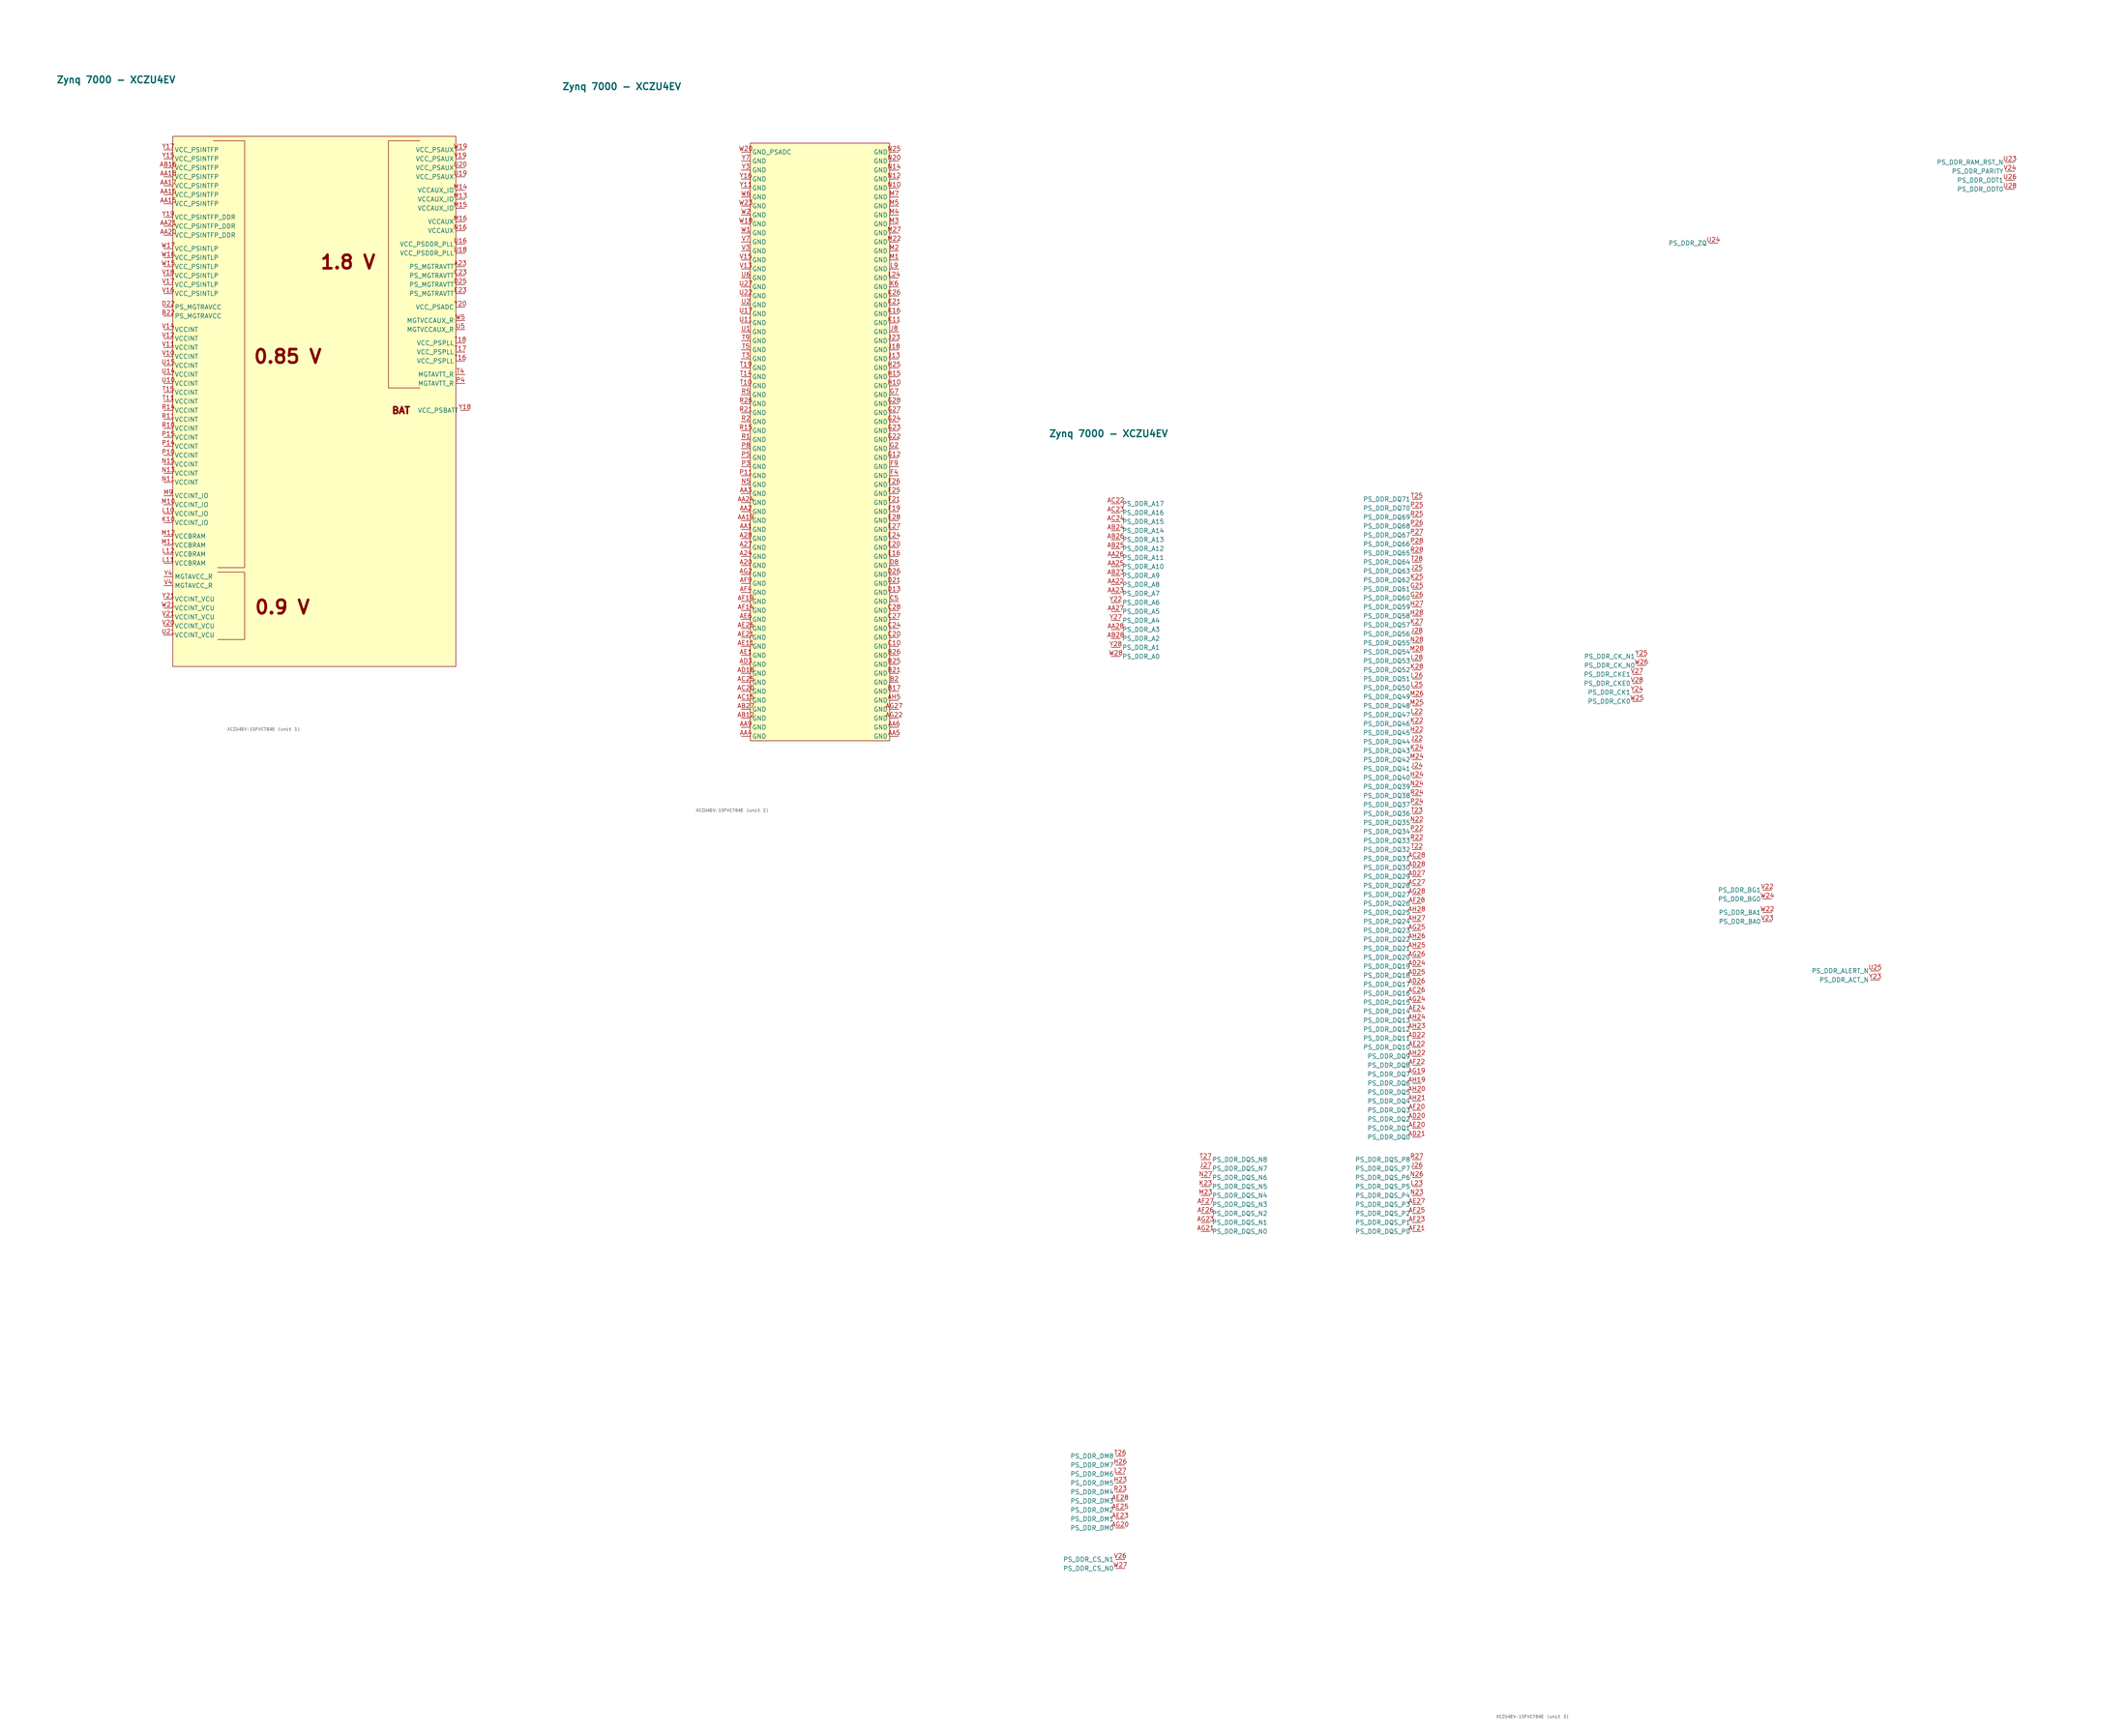
<source format=kicad_sym>
(kicad_symbol_lib
  (version 20241209)
  (generator "kicad_symbol_editor")
  (generator_version "9.0")
  (symbol "XCZU4EV-1SFVC784E"
    (property "Reference" "U"
      (at -71.12 -124.46 0)
      (effects (font (size 1.27 1.27)) (hide yes)))
    (property "Value" "Zynq 7000 - XCZU4EV"
      (at -56.642 16.002 0)
      (effects (font (size 1.905 1.905) (thickness 0.381) (bold yes))))
    (symbol "XCZU4EV-1SFVC784E_1_0"
      (pin power_in line (at -43.18 -3.81 0) (length 2.54) (name "VCC_PSINTFP" (effects (font (size 1.27 1.27)))) (number "Y17" (effects (font (size 1.27 1.27)))))
      (pin power_in line (at -43.18 -6.35 0) (length 2.54) (name "VCC_PSINTFP" (effects (font (size 1.27 1.27)))) (number "Y15" (effects (font (size 1.27 1.27)))))
      (pin power_in line (at -43.18 -8.89 0) (length 2.54) (name "VCC_PSINTFP" (effects (font (size 1.27 1.27)))) (number "AB16" (effects (font (size 1.27 1.27)))))
      (pin power_in line (at -43.18 -11.43 0) (length 2.54) (name "VCC_PSINTFP" (effects (font (size 1.27 1.27)))) (number "AA18" (effects (font (size 1.27 1.27)))))
      (pin power_in line (at -43.18 -13.97 0) (length 2.54) (name "VCC_PSINTFP" (effects (font (size 1.27 1.27)))) (number "AA17" (effects (font (size 1.27 1.27)))))
      (pin power_in line (at -43.18 -16.51 0) (length 2.54) (name "VCC_PSINTFP" (effects (font (size 1.27 1.27)))) (number "AA16" (effects (font (size 1.27 1.27)))))
      (pin power_in line (at -43.18 -19.05 0) (length 2.54) (name "VCC_PSINTFP" (effects (font (size 1.27 1.27)))) (number "AA15" (effects (font (size 1.27 1.27)))))
      (pin power_in line (at -43.18 -22.86 0) (length 2.54) (name "VCC_PSINTFP_DDR" (effects (font (size 1.27 1.27)))) (number "Y19" (effects (font (size 1.27 1.27)))))
      (pin power_in line (at -43.18 -25.4 0) (length 2.54) (name "VCC_PSINTFP_DDR" (effects (font (size 1.27 1.27)))) (number "AA21" (effects (font (size 1.27 1.27)))))
      (pin power_in line (at -43.18 -27.94 0) (length 2.54) (name "VCC_PSINTFP_DDR" (effects (font (size 1.27 1.27)))) (number "AA20" (effects (font (size 1.27 1.27)))))
      (pin power_in line (at -43.18 -31.75 0) (length 2.54) (name "VCC_PSINTLP" (effects (font (size 1.27 1.27)))) (number "W17" (effects (font (size 1.27 1.27)))))
      (pin power_in line (at -43.18 -34.29 0) (length 2.54) (name "VCC_PSINTLP" (effects (font (size 1.27 1.27)))) (number "W16" (effects (font (size 1.27 1.27)))))
      (pin power_in line (at -43.18 -36.83 0) (length 2.54) (name "VCC_PSINTLP" (effects (font (size 1.27 1.27)))) (number "W15" (effects (font (size 1.27 1.27)))))
      (pin power_in line (at -43.18 -39.37 0) (length 2.54) (name "VCC_PSINTLP" (effects (font (size 1.27 1.27)))) (number "V18" (effects (font (size 1.27 1.27)))))
      (pin power_in line (at -43.18 -41.91 0) (length 2.54) (name "VCC_PSINTLP" (effects (font (size 1.27 1.27)))) (number "V17" (effects (font (size 1.27 1.27)))))
      (pin power_in line (at -43.18 -44.45 0) (length 2.54) (name "VCC_PSINTLP" (effects (font (size 1.27 1.27)))) (number "V16" (effects (font (size 1.27 1.27)))))
      (pin power_in line (at -43.18 -48.26 0) (length 2.54) (name "PS_MGTRAVCC" (effects (font (size 1.27 1.27)))) (number "D22" (effects (font (size 1.27 1.27)))))
      (pin power_in line (at -43.18 -50.8 0) (length 2.54) (name "PS_MGTRAVCC" (effects (font (size 1.27 1.27)))) (number "B22" (effects (font (size 1.27 1.27)))))
      (pin power_in line (at -43.18 -54.61 0) (length 2.54) (name "VCCINT" (effects (font (size 1.27 1.27)))) (number "V14" (effects (font (size 1.27 1.27)))))
      (pin power_in line (at -43.18 -57.15 0) (length 2.54) (name "VCCINT" (effects (font (size 1.27 1.27)))) (number "V12" (effects (font (size 1.27 1.27)))))
      (pin power_in line (at -43.18 -59.69 0) (length 2.54) (name "VCCINT" (effects (font (size 1.27 1.27)))) (number "V11" (effects (font (size 1.27 1.27)))))
      (pin power_in line (at -43.18 -62.23 0) (length 2.54) (name "VCCINT" (effects (font (size 1.27 1.27)))) (number "V10" (effects (font (size 1.27 1.27)))))
      (pin power_in line (at -43.18 -64.77 0) (length 2.54) (name "VCCINT" (effects (font (size 1.27 1.27)))) (number "U15" (effects (font (size 1.27 1.27)))))
      (pin power_in line (at -43.18 -67.31 0) (length 2.54) (name "VCCINT" (effects (font (size 1.27 1.27)))) (number "U14" (effects (font (size 1.27 1.27)))))
      (pin power_in line (at -43.18 -69.85 0) (length 2.54) (name "VCCINT" (effects (font (size 1.27 1.27)))) (number "U10" (effects (font (size 1.27 1.27)))))
      (pin power_in line (at -43.18 -72.39 0) (length 2.54) (name "VCCINT" (effects (font (size 1.27 1.27)))) (number "T15" (effects (font (size 1.27 1.27)))))
      (pin power_in line (at -43.18 -74.93 0) (length 2.54) (name "VCCINT" (effects (font (size 1.27 1.27)))) (number "T11" (effects (font (size 1.27 1.27)))))
      (pin power_in line (at -43.18 -77.47 0) (length 2.54) (name "VCCINT" (effects (font (size 1.27 1.27)))) (number "R14" (effects (font (size 1.27 1.27)))))
      (pin power_in line (at -43.18 -80.01 0) (length 2.54) (name "VCCINT" (effects (font (size 1.27 1.27)))) (number "R11" (effects (font (size 1.27 1.27)))))
      (pin power_in line (at -43.18 -82.55 0) (length 2.54) (name "VCCINT" (effects (font (size 1.27 1.27)))) (number "R10" (effects (font (size 1.27 1.27)))))
      (pin power_in line (at -43.18 -85.09 0) (length 2.54) (name "VCCINT" (effects (font (size 1.27 1.27)))) (number "P15" (effects (font (size 1.27 1.27)))))
      (pin power_in line (at -43.18 -87.63 0) (length 2.54) (name "VCCINT" (effects (font (size 1.27 1.27)))) (number "P14" (effects (font (size 1.27 1.27)))))
      (pin power_in line (at -43.18 -90.17 0) (length 2.54) (name "VCCINT" (effects (font (size 1.27 1.27)))) (number "P10" (effects (font (size 1.27 1.27)))))
      (pin power_in line (at -43.18 -92.71 0) (length 2.54) (name "VCCINT" (effects (font (size 1.27 1.27)))) (number "N15" (effects (font (size 1.27 1.27)))))
      (pin power_in line (at -43.18 -95.25 0) (length 2.54) (name "VCCINT" (effects (font (size 1.27 1.27)))) (number "N13" (effects (font (size 1.27 1.27)))))
      (pin power_in line (at -43.18 -97.79 0) (length 2.54) (name "VCCINT" (effects (font (size 1.27 1.27)))) (number "N11" (effects (font (size 1.27 1.27)))))
      (pin power_in line (at -43.18 -101.6 0) (length 2.54) (name "VCCINT_IO" (effects (font (size 1.27 1.27)))) (number "M9" (effects (font (size 1.27 1.27)))))
      (pin power_in line (at -43.18 -104.14 0) (length 2.54) (name "VCCINT_IO" (effects (font (size 1.27 1.27)))) (number "M10" (effects (font (size 1.27 1.27)))))
      (pin power_in line (at -43.18 -106.68 0) (length 2.54) (name "VCCINT_IO" (effects (font (size 1.27 1.27)))) (number "L10" (effects (font (size 1.27 1.27)))))
      (pin power_in line (at -43.18 -109.22 0) (length 2.54) (name "VCCINT_IO" (effects (font (size 1.27 1.27)))) (number "K10" (effects (font (size 1.27 1.27)))))
      (pin power_in line (at -43.18 -113.03 0) (length 2.54) (name "VCCBRAM" (effects (font (size 1.27 1.27)))) (number "M12" (effects (font (size 1.27 1.27)))))
      (pin power_in line (at -43.18 -115.57 0) (length 2.54) (name "VCCBRAM" (effects (font (size 1.27 1.27)))) (number "M11" (effects (font (size 1.27 1.27)))))
      (pin power_in line (at -43.18 -118.11 0) (length 2.54) (name "VCCBRAM" (effects (font (size 1.27 1.27)))) (number "L12" (effects (font (size 1.27 1.27)))))
      (pin power_in line (at -43.18 -120.65 0) (length 2.54) (name "VCCBRAM" (effects (font (size 1.27 1.27)))) (number "L11" (effects (font (size 1.27 1.27)))))
      (pin power_in line (at -43.18 -124.46 0) (length 2.54) (name "MGTAVCC_R" (effects (font (size 1.27 1.27)))) (number "Y4" (effects (font (size 1.27 1.27)))))
      (pin power_in line (at -43.18 -127 0) (length 2.54) (name "MGTAVCC_R" (effects (font (size 1.27 1.27)))) (number "V4" (effects (font (size 1.27 1.27)))))
      (pin power_in line (at -43.18 -130.81 0) (length 2.54) (name "VCCINT_VCU" (effects (font (size 1.27 1.27)))) (number "Y21" (effects (font (size 1.27 1.27)))))
      (pin power_in line (at -43.18 -133.35 0) (length 2.54) (name "VCCINT_VCU" (effects (font (size 1.27 1.27)))) (number "W21" (effects (font (size 1.27 1.27)))))
      (pin power_in line (at -43.18 -135.89 0) (length 2.54) (name "VCCINT_VCU" (effects (font (size 1.27 1.27)))) (number "V21" (effects (font (size 1.27 1.27)))))
      (pin power_in line (at -43.18 -138.43 0) (length 2.54) (name "VCCINT_VCU" (effects (font (size 1.27 1.27)))) (number "V20" (effects (font (size 1.27 1.27)))))
      (pin power_in line (at -43.18 -140.97 0) (length 2.54) (name "VCCINT_VCU" (effects (font (size 1.27 1.27)))) (number "U21" (effects (font (size 1.27 1.27)))))
      (pin power_in line (at 41.91 -3.81 180) (length 2.54) (name "VCC_PSAUX" (effects (font (size 1.27 1.27)))) (number "W19" (effects (font (size 1.27 1.27)))))
      (pin power_in line (at 41.91 -6.35 180) (length 2.54) (name "VCC_PSAUX" (effects (font (size 1.27 1.27)))) (number "V19" (effects (font (size 1.27 1.27)))))
      (pin power_in line (at 41.91 -8.89 180) (length 2.54) (name "VCC_PSAUX" (effects (font (size 1.27 1.27)))) (number "U20" (effects (font (size 1.27 1.27)))))
      (pin power_in line (at 41.91 -11.43 180) (length 2.54) (name "VCC_PSAUX" (effects (font (size 1.27 1.27)))) (number "U19" (effects (font (size 1.27 1.27)))))
      (pin power_in line (at 41.91 -15.24 180) (length 2.54) (name "VCCAUX_IO" (effects (font (size 1.27 1.27)))) (number "M14" (effects (font (size 1.27 1.27)))))
      (pin power_in line (at 41.91 -17.78 180) (length 2.54) (name "VCCAUX_IO" (effects (font (size 1.27 1.27)))) (number "M13" (effects (font (size 1.27 1.27)))))
      (pin power_in line (at 41.91 -20.32 180) (length 2.54) (name "VCCAUX_IO" (effects (font (size 1.27 1.27)))) (number "M15" (effects (font (size 1.27 1.27)))))
      (pin power_in line (at 41.91 -24.13 180) (length 2.54) (name "VCCAUX" (effects (font (size 1.27 1.27)))) (number "M16" (effects (font (size 1.27 1.27)))))
      (pin power_in line (at 41.91 -26.67 180) (length 2.54) (name "VCCAUX" (effects (font (size 1.27 1.27)))) (number "N16" (effects (font (size 1.27 1.27)))))
      (pin power_in line (at 41.91 -30.48 180) (length 2.54) (name "VCC_PSDDR_PLL" (effects (font (size 1.27 1.27)))) (number "U16" (effects (font (size 1.27 1.27)))))
      (pin power_in line (at 41.91 -33.02 180) (length 2.54) (name "VCC_PSDDR_PLL" (effects (font (size 1.27 1.27)))) (number "U18" (effects (font (size 1.27 1.27)))))
      (pin power_in line (at 41.91 -36.83 180) (length 2.54) (name "PS_MGTRAVTT" (effects (font (size 1.27 1.27)))) (number "A23" (effects (font (size 1.27 1.27)))))
      (pin power_in line (at 41.91 -39.37 180) (length 2.54) (name "PS_MGTRAVTT" (effects (font (size 1.27 1.27)))) (number "C23" (effects (font (size 1.27 1.27)))))
      (pin power_in line (at 41.91 -41.91 180) (length 2.54) (name "PS_MGTRAVTT" (effects (font (size 1.27 1.27)))) (number "D25" (effects (font (size 1.27 1.27)))))
      (pin power_in line (at 41.91 -44.45 180) (length 2.54) (name "PS_MGTRAVTT" (effects (font (size 1.27 1.27)))) (number "E23" (effects (font (size 1.27 1.27)))))
      (pin power_in line (at 41.91 -48.26 180) (length 2.54) (name "VCC_PSADC" (effects (font (size 1.27 1.27)))) (number "Y20" (effects (font (size 1.27 1.27)))))
      (pin power_in line (at 41.91 -52.07 180) (length 2.54) (name "MGTVCCAUX_R" (effects (font (size 1.27 1.27)))) (number "W5" (effects (font (size 1.27 1.27)))))
      (pin power_in line (at 41.91 -54.61 180) (length 2.54) (name "MGTVCCAUX_R" (effects (font (size 1.27 1.27)))) (number "U5" (effects (font (size 1.27 1.27)))))
      (pin power_in line (at 41.91 -58.42 180) (length 2.54) (name "VCC_PSPLL" (effects (font (size 1.27 1.27)))) (number "T18" (effects (font (size 1.27 1.27)))))
      (pin power_in line (at 41.91 -60.96 180) (length 2.54) (name "VCC_PSPLL" (effects (font (size 1.27 1.27)))) (number "T17" (effects (font (size 1.27 1.27)))))
      (pin power_in line (at 41.91 -63.5 180) (length 2.54) (name "VCC_PSPLL" (effects (font (size 1.27 1.27)))) (number "T16" (effects (font (size 1.27 1.27)))))
      (pin power_in line (at 41.91 -67.31 180) (length 2.54) (name "MGTAVTT_R" (effects (font (size 1.27 1.27)))) (number "T4" (effects (font (size 1.27 1.27)))))
      (pin power_in line (at 41.91 -69.85 180) (length 2.54) (name "MGTAVTT_R" (effects (font (size 1.27 1.27)))) (number "P4" (effects (font (size 1.27 1.27)))))
      (pin power_in line (at 43.18 -77.47 180) (length 2.54) (name "VCC_PSBATT" (effects (font (size 1.27 1.27)))) (number "Y18" (effects (font (size 1.27 1.27))))))
    (symbol "XCZU4EV-1SFVC784E_1_1"
      (rectangle (start -40.64 0) (end 39.37 -149.86) (stroke (width 0) (type solid)) (fill (type background)))
      (polyline (pts (xy -29.21 -1.27) (xy -22.86 -1.27) (xy -20.32 -1.27) (xy -20.32 -121.92) (xy -27.94 -121.92)) (stroke (width 0) (type solid)) (fill (type none)))
      (polyline (pts (xy -27.94 -123.19) (xy -20.32 -123.19) (xy -20.32 -142.24) (xy -27.94 -142.24)) (stroke (width 0) (type solid)) (fill (type none)))
      (polyline (pts (xy 29.21 -1.27) (xy 22.86 -1.27) (xy 20.32 -1.27) (xy 20.32 -71.12) (xy 29.21 -71.12)) (stroke (width 0) (type solid)) (fill (type none)))
      (text "0.9 V" (at -9.652 -133.096 0) (effects (font (size 3.81 3.81) (thickness 0.762) (bold yes))))
      (text "0.85 V" (at -8.128 -62.23 0) (effects (font (size 3.81 3.81) (thickness 0.762) (bold yes))))
      (text "1.8 V" (at 8.89 -35.56 0) (effects (font (size 3.81 3.81) (thickness 0.762) (bold yes))))
      (text "BAT" (at 23.876 -77.47 0) (effects (font (size 1.905 1.905) (thickness 0.762) (bold yes)))))
    (symbol "XCZU4EV-1SFVC784E_2_0"
      (pin power_in line (at -22.86 -2.54 0) (length 2.54) (name "GND_PSADC" (effects (font (size 1.27 1.27)))) (number "W20" (effects (font (size 1.27 1.27)))))
      (pin power_in line (at -22.86 -5.08 0) (length 2.54) (name "GND" (effects (font (size 1.27 1.27)))) (number "Y7" (effects (font (size 1.27 1.27)))))
      (pin power_in line (at -22.86 -7.62 0) (length 2.54) (name "GND" (effects (font (size 1.27 1.27)))) (number "Y3" (effects (font (size 1.27 1.27)))))
      (pin power_in line (at -22.86 -10.16 0) (length 2.54) (name "GND" (effects (font (size 1.27 1.27)))) (number "Y16" (effects (font (size 1.27 1.27)))))
      (pin power_in line (at -22.86 -12.7 0) (length 2.54) (name "GND" (effects (font (size 1.27 1.27)))) (number "Y11" (effects (font (size 1.27 1.27)))))
      (pin power_in line (at -22.86 -15.24 0) (length 2.54) (name "GND" (effects (font (size 1.27 1.27)))) (number "W6" (effects (font (size 1.27 1.27)))))
      (pin power_in line (at -22.86 -17.78 0) (length 2.54) (name "GND" (effects (font (size 1.27 1.27)))) (number "W23" (effects (font (size 1.27 1.27)))))
      (pin power_in line (at -22.86 -20.32 0) (length 2.54) (name "GND" (effects (font (size 1.27 1.27)))) (number "W2" (effects (font (size 1.27 1.27)))))
      (pin power_in line (at -22.86 -22.86 0) (length 2.54) (name "GND" (effects (font (size 1.27 1.27)))) (number "W18" (effects (font (size 1.27 1.27)))))
      (pin power_in line (at -22.86 -25.4 0) (length 2.54) (name "GND" (effects (font (size 1.27 1.27)))) (number "W1" (effects (font (size 1.27 1.27)))))
      (pin power_in line (at -22.86 -27.94 0) (length 2.54) (name "GND" (effects (font (size 1.27 1.27)))) (number "V7" (effects (font (size 1.27 1.27)))))
      (pin power_in line (at -22.86 -30.48 0) (length 2.54) (name "GND" (effects (font (size 1.27 1.27)))) (number "V3" (effects (font (size 1.27 1.27)))))
      (pin power_in line (at -22.86 -33.02 0) (length 2.54) (name "GND" (effects (font (size 1.27 1.27)))) (number "V15" (effects (font (size 1.27 1.27)))))
      (pin power_in line (at -22.86 -35.56 0) (length 2.54) (name "GND" (effects (font (size 1.27 1.27)))) (number "V13" (effects (font (size 1.27 1.27)))))
      (pin power_in line (at -22.86 -38.1 0) (length 2.54) (name "GND" (effects (font (size 1.27 1.27)))) (number "U6" (effects (font (size 1.27 1.27)))))
      (pin power_in line (at -22.86 -40.64 0) (length 2.54) (name "GND" (effects (font (size 1.27 1.27)))) (number "U27" (effects (font (size 1.27 1.27)))))
      (pin power_in line (at -22.86 -43.18 0) (length 2.54) (name "GND" (effects (font (size 1.27 1.27)))) (number "U22" (effects (font (size 1.27 1.27)))))
      (pin power_in line (at -22.86 -45.72 0) (length 2.54) (name "GND" (effects (font (size 1.27 1.27)))) (number "U2" (effects (font (size 1.27 1.27)))))
      (pin power_in line (at -22.86 -48.26 0) (length 2.54) (name "GND" (effects (font (size 1.27 1.27)))) (number "U17" (effects (font (size 1.27 1.27)))))
      (pin power_in line (at -22.86 -50.8 0) (length 2.54) (name "GND" (effects (font (size 1.27 1.27)))) (number "U11" (effects (font (size 1.27 1.27)))))
      (pin power_in line (at -22.86 -53.34 0) (length 2.54) (name "GND" (effects (font (size 1.27 1.27)))) (number "U1" (effects (font (size 1.27 1.27)))))
      (pin power_in line (at -22.86 -55.88 0) (length 2.54) (name "GND" (effects (font (size 1.27 1.27)))) (number "T9" (effects (font (size 1.27 1.27)))))
      (pin power_in line (at -22.86 -58.42 0) (length 2.54) (name "GND" (effects (font (size 1.27 1.27)))) (number "T5" (effects (font (size 1.27 1.27)))))
      (pin power_in line (at -22.86 -60.96 0) (length 2.54) (name "GND" (effects (font (size 1.27 1.27)))) (number "T3" (effects (font (size 1.27 1.27)))))
      (pin power_in line (at -22.86 -63.5 0) (length 2.54) (name "GND" (effects (font (size 1.27 1.27)))) (number "T19" (effects (font (size 1.27 1.27)))))
      (pin power_in line (at -22.86 -66.04 0) (length 2.54) (name "GND" (effects (font (size 1.27 1.27)))) (number "T14" (effects (font (size 1.27 1.27)))))
      (pin power_in line (at -22.86 -68.58 0) (length 2.54) (name "GND" (effects (font (size 1.27 1.27)))) (number "T10" (effects (font (size 1.27 1.27)))))
      (pin power_in line (at -22.86 -71.12 0) (length 2.54) (name "GND" (effects (font (size 1.27 1.27)))) (number "R5" (effects (font (size 1.27 1.27)))))
      (pin power_in line (at -22.86 -73.66 0) (length 2.54) (name "GND" (effects (font (size 1.27 1.27)))) (number "R26" (effects (font (size 1.27 1.27)))))
      (pin power_in line (at -22.86 -76.2 0) (length 2.54) (name "GND" (effects (font (size 1.27 1.27)))) (number "R21" (effects (font (size 1.27 1.27)))))
      (pin power_in line (at -22.86 -78.74 0) (length 2.54) (name "GND" (effects (font (size 1.27 1.27)))) (number "R2" (effects (font (size 1.27 1.27)))))
      (pin power_in line (at -22.86 -81.28 0) (length 2.54) (name "GND" (effects (font (size 1.27 1.27)))) (number "R15" (effects (font (size 1.27 1.27)))))
      (pin power_in line (at -22.86 -83.82 0) (length 2.54) (name "GND" (effects (font (size 1.27 1.27)))) (number "R1" (effects (font (size 1.27 1.27)))))
      (pin power_in line (at -22.86 -86.36 0) (length 2.54) (name "GND" (effects (font (size 1.27 1.27)))) (number "P8" (effects (font (size 1.27 1.27)))))
      (pin power_in line (at -22.86 -88.9 0) (length 2.54) (name "GND" (effects (font (size 1.27 1.27)))) (number "P5" (effects (font (size 1.27 1.27)))))
      (pin power_in line (at -22.86 -91.44 0) (length 2.54) (name "GND" (effects (font (size 1.27 1.27)))) (number "P3" (effects (font (size 1.27 1.27)))))
      (pin power_in line (at -22.86 -93.98 0) (length 2.54) (name "GND" (effects (font (size 1.27 1.27)))) (number "P11" (effects (font (size 1.27 1.27)))))
      (pin power_in line (at -22.86 -96.52 0) (length 2.54) (name "GND" (effects (font (size 1.27 1.27)))) (number "N5" (effects (font (size 1.27 1.27)))))
      (pin power_in line (at -22.86 -99.06 0) (length 2.54) (name "GND" (effects (font (size 1.27 1.27)))) (number "AA3" (effects (font (size 1.27 1.27)))))
      (pin power_in line (at -22.86 -101.6 0) (length 2.54) (name "GND" (effects (font (size 1.27 1.27)))) (number "AA24" (effects (font (size 1.27 1.27)))))
      (pin power_in line (at -22.86 -104.14 0) (length 2.54) (name "GND" (effects (font (size 1.27 1.27)))) (number "AA2" (effects (font (size 1.27 1.27)))))
      (pin power_in line (at -22.86 -106.68 0) (length 2.54) (name "GND" (effects (font (size 1.27 1.27)))) (number "AA19" (effects (font (size 1.27 1.27)))))
      (pin power_in line (at -22.86 -109.22 0) (length 2.54) (name "GND" (effects (font (size 1.27 1.27)))) (number "AA1" (effects (font (size 1.27 1.27)))))
      (pin power_in line (at -22.86 -111.76 0) (length 2.54) (name "GND" (effects (font (size 1.27 1.27)))) (number "A28" (effects (font (size 1.27 1.27)))))
      (pin power_in line (at -22.86 -114.3 0) (length 2.54) (name "GND" (effects (font (size 1.27 1.27)))) (number "A27" (effects (font (size 1.27 1.27)))))
      (pin power_in line (at -22.86 -116.84 0) (length 2.54) (name "GND" (effects (font (size 1.27 1.27)))) (number "A24" (effects (font (size 1.27 1.27)))))
      (pin power_in line (at -22.86 -119.38 0) (length 2.54) (name "GND" (effects (font (size 1.27 1.27)))) (number "A20" (effects (font (size 1.27 1.27)))))
      (pin power_in line (at -22.86 -121.92 0) (length 2.54) (name "GND" (effects (font (size 1.27 1.27)))) (number "AG2" (effects (font (size 1.27 1.27)))))
      (pin power_in line (at -22.86 -124.46 0) (length 2.54) (name "GND" (effects (font (size 1.27 1.27)))) (number "AF9" (effects (font (size 1.27 1.27)))))
      (pin power_in line (at -22.86 -127 0) (length 2.54) (name "GND" (effects (font (size 1.27 1.27)))) (number "AF4" (effects (font (size 1.27 1.27)))))
      (pin power_in line (at -22.86 -129.54 0) (length 2.54) (name "GND" (effects (font (size 1.27 1.27)))) (number "AF19" (effects (font (size 1.27 1.27)))))
      (pin power_in line (at -22.86 -132.08 0) (length 2.54) (name "GND" (effects (font (size 1.27 1.27)))) (number "AF14" (effects (font (size 1.27 1.27)))))
      (pin power_in line (at -22.86 -134.62 0) (length 2.54) (name "GND" (effects (font (size 1.27 1.27)))) (number "AE6" (effects (font (size 1.27 1.27)))))
      (pin power_in line (at -22.86 -137.16 0) (length 2.54) (name "GND" (effects (font (size 1.27 1.27)))) (number "AE26" (effects (font (size 1.27 1.27)))))
      (pin power_in line (at -22.86 -139.7 0) (length 2.54) (name "GND" (effects (font (size 1.27 1.27)))) (number "AE21" (effects (font (size 1.27 1.27)))))
      (pin power_in line (at -22.86 -142.24 0) (length 2.54) (name "GND" (effects (font (size 1.27 1.27)))) (number "AE11" (effects (font (size 1.27 1.27)))))
      (pin power_in line (at -22.86 -144.78 0) (length 2.54) (name "GND" (effects (font (size 1.27 1.27)))) (number "AE1" (effects (font (size 1.27 1.27)))))
      (pin power_in line (at -22.86 -147.32 0) (length 2.54) (name "GND" (effects (font (size 1.27 1.27)))) (number "AD3" (effects (font (size 1.27 1.27)))))
      (pin power_in line (at -22.86 -149.86 0) (length 2.54) (name "GND" (effects (font (size 1.27 1.27)))) (number "AD18" (effects (font (size 1.27 1.27)))))
      (pin power_in line (at -22.86 -152.4 0) (length 2.54) (name "GND" (effects (font (size 1.27 1.27)))) (number "AC25" (effects (font (size 1.27 1.27)))))
      (pin power_in line (at -22.86 -154.94 0) (length 2.54) (name "GND" (effects (font (size 1.27 1.27)))) (number "AC20" (effects (font (size 1.27 1.27)))))
      (pin power_in line (at -22.86 -157.48 0) (length 2.54) (name "GND" (effects (font (size 1.27 1.27)))) (number "AC15" (effects (font (size 1.27 1.27)))))
      (pin power_in line (at -22.86 -160.02 0) (length 2.54) (name "GND" (effects (font (size 1.27 1.27)))) (number "AB27" (effects (font (size 1.27 1.27)))))
      (pin power_in line (at -22.86 -162.56 0) (length 2.54) (name "GND" (effects (font (size 1.27 1.27)))) (number "AB12" (effects (font (size 1.27 1.27)))))
      (pin power_in line (at -22.86 -165.1 0) (length 2.54) (name "GND" (effects (font (size 1.27 1.27)))) (number "AA9" (effects (font (size 1.27 1.27)))))
      (pin power_in line (at -22.86 -167.64 0) (length 2.54) (name "GND" (effects (font (size 1.27 1.27)))) (number "AA4" (effects (font (size 1.27 1.27)))))
      (pin power_in line (at 21.59 -2.54 180) (length 2.54) (name "GND" (effects (font (size 1.27 1.27)))) (number "N25" (effects (font (size 1.27 1.27)))))
      (pin power_in line (at 21.59 -5.08 180) (length 2.54) (name "GND" (effects (font (size 1.27 1.27)))) (number "N20" (effects (font (size 1.27 1.27)))))
      (pin power_in line (at 21.59 -7.62 180) (length 2.54) (name "GND" (effects (font (size 1.27 1.27)))) (number "N14" (effects (font (size 1.27 1.27)))))
      (pin power_in line (at 21.59 -10.16 180) (length 2.54) (name "GND" (effects (font (size 1.27 1.27)))) (number "N12" (effects (font (size 1.27 1.27)))))
      (pin power_in line (at 21.59 -12.7 180) (length 2.54) (name "GND" (effects (font (size 1.27 1.27)))) (number "N10" (effects (font (size 1.27 1.27)))))
      (pin power_in line (at 21.59 -15.24 180) (length 2.54) (name "GND" (effects (font (size 1.27 1.27)))) (number "M7" (effects (font (size 1.27 1.27)))))
      (pin power_in line (at 21.59 -17.78 180) (length 2.54) (name "GND" (effects (font (size 1.27 1.27)))) (number "M5" (effects (font (size 1.27 1.27)))))
      (pin power_in line (at 21.59 -20.32 180) (length 2.54) (name "GND" (effects (font (size 1.27 1.27)))) (number "M4" (effects (font (size 1.27 1.27)))))
      (pin power_in line (at 21.59 -22.86 180) (length 2.54) (name "GND" (effects (font (size 1.27 1.27)))) (number "M3" (effects (font (size 1.27 1.27)))))
      (pin power_in line (at 21.59 -25.4 180) (length 2.54) (name "GND" (effects (font (size 1.27 1.27)))) (number "M27" (effects (font (size 1.27 1.27)))))
      (pin power_in line (at 21.59 -27.94 180) (length 2.54) (name "GND" (effects (font (size 1.27 1.27)))) (number "M22" (effects (font (size 1.27 1.27)))))
      (pin power_in line (at 21.59 -30.48 180) (length 2.54) (name "GND" (effects (font (size 1.27 1.27)))) (number "M2" (effects (font (size 1.27 1.27)))))
      (pin power_in line (at 21.59 -33.02 180) (length 2.54) (name "GND" (effects (font (size 1.27 1.27)))) (number "M1" (effects (font (size 1.27 1.27)))))
      (pin power_in line (at 21.59 -35.56 180) (length 2.54) (name "GND" (effects (font (size 1.27 1.27)))) (number "L9" (effects (font (size 1.27 1.27)))))
      (pin power_in line (at 21.59 -38.1 180) (length 2.54) (name "GND" (effects (font (size 1.27 1.27)))) (number "L24" (effects (font (size 1.27 1.27)))))
      (pin power_in line (at 21.59 -40.64 180) (length 2.54) (name "GND" (effects (font (size 1.27 1.27)))) (number "K6" (effects (font (size 1.27 1.27)))))
      (pin power_in line (at 21.59 -43.18 180) (length 2.54) (name "GND" (effects (font (size 1.27 1.27)))) (number "K26" (effects (font (size 1.27 1.27)))))
      (pin power_in line (at 21.59 -45.72 180) (length 2.54) (name "GND" (effects (font (size 1.27 1.27)))) (number "K21" (effects (font (size 1.27 1.27)))))
      (pin power_in line (at 21.59 -48.26 180) (length 2.54) (name "GND" (effects (font (size 1.27 1.27)))) (number "K16" (effects (font (size 1.27 1.27)))))
      (pin power_in line (at 21.59 -50.8 180) (length 2.54) (name "GND" (effects (font (size 1.27 1.27)))) (number "K11" (effects (font (size 1.27 1.27)))))
      (pin power_in line (at 21.59 -53.34 180) (length 2.54) (name "GND" (effects (font (size 1.27 1.27)))) (number "J8" (effects (font (size 1.27 1.27)))))
      (pin power_in line (at 21.59 -55.88 180) (length 2.54) (name "GND" (effects (font (size 1.27 1.27)))) (number "J23" (effects (font (size 1.27 1.27)))))
      (pin power_in line (at 21.59 -58.42 180) (length 2.54) (name "GND" (effects (font (size 1.27 1.27)))) (number "J18" (effects (font (size 1.27 1.27)))))
      (pin power_in line (at 21.59 -60.96 180) (length 2.54) (name "GND" (effects (font (size 1.27 1.27)))) (number "J13" (effects (font (size 1.27 1.27)))))
      (pin power_in line (at 21.59 -63.5 180) (length 2.54) (name "GND" (effects (font (size 1.27 1.27)))) (number "H25" (effects (font (size 1.27 1.27)))))
      (pin power_in line (at 21.59 -66.04 180) (length 2.54) (name "GND" (effects (font (size 1.27 1.27)))) (number "H15" (effects (font (size 1.27 1.27)))))
      (pin power_in line (at 21.59 -68.58 180) (length 2.54) (name "GND" (effects (font (size 1.27 1.27)))) (number "H10" (effects (font (size 1.27 1.27)))))
      (pin power_in line (at 21.59 -71.12 180) (length 2.54) (name "GND" (effects (font (size 1.27 1.27)))) (number "G7" (effects (font (size 1.27 1.27)))))
      (pin power_in line (at 21.59 -73.66 180) (length 2.54) (name "GND" (effects (font (size 1.27 1.27)))) (number "G28" (effects (font (size 1.27 1.27)))))
      (pin power_in line (at 21.59 -76.2 180) (length 2.54) (name "GND" (effects (font (size 1.27 1.27)))) (number "G27" (effects (font (size 1.27 1.27)))))
      (pin power_in line (at 21.59 -78.74 180) (length 2.54) (name "GND" (effects (font (size 1.27 1.27)))) (number "G24" (effects (font (size 1.27 1.27)))))
      (pin power_in line (at 21.59 -81.28 180) (length 2.54) (name "GND" (effects (font (size 1.27 1.27)))) (number "G23" (effects (font (size 1.27 1.27)))))
      (pin power_in line (at 21.59 -83.82 180) (length 2.54) (name "GND" (effects (font (size 1.27 1.27)))) (number "G22" (effects (font (size 1.27 1.27)))))
      (pin power_in line (at 21.59 -86.36 180) (length 2.54) (name "GND" (effects (font (size 1.27 1.27)))) (number "G2" (effects (font (size 1.27 1.27)))))
      (pin power_in line (at 21.59 -88.9 180) (length 2.54) (name "GND" (effects (font (size 1.27 1.27)))) (number "G12" (effects (font (size 1.27 1.27)))))
      (pin power_in line (at 21.59 -91.44 180) (length 2.54) (name "GND" (effects (font (size 1.27 1.27)))) (number "F9" (effects (font (size 1.27 1.27)))))
      (pin power_in line (at 21.59 -93.98 180) (length 2.54) (name "GND" (effects (font (size 1.27 1.27)))) (number "F4" (effects (font (size 1.27 1.27)))))
      (pin power_in line (at 21.59 -96.52 180) (length 2.54) (name "GND" (effects (font (size 1.27 1.27)))) (number "F26" (effects (font (size 1.27 1.27)))))
      (pin power_in line (at 21.59 -99.06 180) (length 2.54) (name "GND" (effects (font (size 1.27 1.27)))) (number "F25" (effects (font (size 1.27 1.27)))))
      (pin power_in line (at 21.59 -101.6 180) (length 2.54) (name "GND" (effects (font (size 1.27 1.27)))) (number "F21" (effects (font (size 1.27 1.27)))))
      (pin power_in line (at 21.59 -104.14 180) (length 2.54) (name "GND" (effects (font (size 1.27 1.27)))) (number "F19" (effects (font (size 1.27 1.27)))))
      (pin power_in line (at 21.59 -106.68 180) (length 2.54) (name "GND" (effects (font (size 1.27 1.27)))) (number "E28" (effects (font (size 1.27 1.27)))))
      (pin power_in line (at 21.59 -109.22 180) (length 2.54) (name "GND" (effects (font (size 1.27 1.27)))) (number "E27" (effects (font (size 1.27 1.27)))))
      (pin power_in line (at 21.59 -111.76 180) (length 2.54) (name "GND" (effects (font (size 1.27 1.27)))) (number "E24" (effects (font (size 1.27 1.27)))))
      (pin power_in line (at 21.59 -114.3 180) (length 2.54) (name "GND" (effects (font (size 1.27 1.27)))) (number "E20" (effects (font (size 1.27 1.27)))))
      (pin power_in line (at 21.59 -116.84 180) (length 2.54) (name "GND" (effects (font (size 1.27 1.27)))) (number "E16" (effects (font (size 1.27 1.27)))))
      (pin power_in line (at 21.59 -119.38 180) (length 2.54) (name "GND" (effects (font (size 1.27 1.27)))) (number "D8" (effects (font (size 1.27 1.27)))))
      (pin power_in line (at 21.59 -121.92 180) (length 2.54) (name "GND" (effects (font (size 1.27 1.27)))) (number "D26" (effects (font (size 1.27 1.27)))))
      (pin power_in line (at 21.59 -124.46 180) (length 2.54) (name "GND" (effects (font (size 1.27 1.27)))) (number "D21" (effects (font (size 1.27 1.27)))))
      (pin power_in line (at 21.59 -127 180) (length 2.54) (name "GND" (effects (font (size 1.27 1.27)))) (number "D13" (effects (font (size 1.27 1.27)))))
      (pin power_in line (at 21.59 -129.54 180) (length 2.54) (name "GND" (effects (font (size 1.27 1.27)))) (number "C5" (effects (font (size 1.27 1.27)))))
      (pin power_in line (at 21.59 -132.08 180) (length 2.54) (name "GND" (effects (font (size 1.27 1.27)))) (number "C28" (effects (font (size 1.27 1.27)))))
      (pin power_in line (at 21.59 -134.62 180) (length 2.54) (name "GND" (effects (font (size 1.27 1.27)))) (number "C27" (effects (font (size 1.27 1.27)))))
      (pin power_in line (at 21.59 -137.16 180) (length 2.54) (name "GND" (effects (font (size 1.27 1.27)))) (number "C24" (effects (font (size 1.27 1.27)))))
      (pin power_in line (at 21.59 -139.7 180) (length 2.54) (name "GND" (effects (font (size 1.27 1.27)))) (number "C20" (effects (font (size 1.27 1.27)))))
      (pin power_in line (at 21.59 -142.24 180) (length 2.54) (name "GND" (effects (font (size 1.27 1.27)))) (number "C10" (effects (font (size 1.27 1.27)))))
      (pin power_in line (at 21.59 -144.78 180) (length 2.54) (name "GND" (effects (font (size 1.27 1.27)))) (number "B26" (effects (font (size 1.27 1.27)))))
      (pin power_in line (at 21.59 -147.32 180) (length 2.54) (name "GND" (effects (font (size 1.27 1.27)))) (number "B25" (effects (font (size 1.27 1.27)))))
      (pin power_in line (at 21.59 -149.86 180) (length 2.54) (name "GND" (effects (font (size 1.27 1.27)))) (number "B21" (effects (font (size 1.27 1.27)))))
      (pin power_in line (at 21.59 -152.4 180) (length 2.54) (name "GND" (effects (font (size 1.27 1.27)))) (number "B2" (effects (font (size 1.27 1.27)))))
      (pin power_in line (at 21.59 -154.94 180) (length 2.54) (name "GND" (effects (font (size 1.27 1.27)))) (number "B17" (effects (font (size 1.27 1.27)))))
      (pin power_in line (at 21.59 -157.48 180) (length 2.54) (name "GND" (effects (font (size 1.27 1.27)))) (number "AH5" (effects (font (size 1.27 1.27)))))
      (pin power_in line (at 21.59 -160.02 180) (length 2.54) (name "GND" (effects (font (size 1.27 1.27)))) (number "AG27" (effects (font (size 1.27 1.27)))))
      (pin power_in line (at 21.59 -162.56 180) (length 2.54) (name "GND" (effects (font (size 1.27 1.27)))) (number "AG22" (effects (font (size 1.27 1.27)))))
      (pin power_in line (at 21.59 -165.1 180) (length 2.54) (name "GND" (effects (font (size 1.27 1.27)))) (number "AA6" (effects (font (size 1.27 1.27)))))
      (pin power_in line (at 21.59 -167.64 180) (length 2.54) (name "GND" (effects (font (size 1.27 1.27)))) (number "AA5" (effects (font (size 1.27 1.27))))))
    (symbol "XCZU4EV-1SFVC784E_2_1"
      (rectangle (start -20.32 0) (end 19.05 -168.91) (stroke (width 0) (type solid)) (fill (type background))))
    (symbol "XCZU4EV-1SFVC784E_3_0"
      (pin bidirectional line (at -55.88 -3.81 0) (length 2.54) (name "PS_DDR_A17" (effects (font (size 1.27 1.27)))) (number "AC22" (effects (font (size 1.27 1.27)))))
      (pin bidirectional line (at -55.88 -6.35 0) (length 2.54) (name "PS_DDR_A16" (effects (font (size 1.27 1.27)))) (number "AC23" (effects (font (size 1.27 1.27)))))
      (pin bidirectional line (at -55.88 -8.89 0) (length 2.54) (name "PS_DDR_A15" (effects (font (size 1.27 1.27)))) (number "AC24" (effects (font (size 1.27 1.27)))))
      (pin bidirectional line (at -55.88 -11.43 0) (length 2.54) (name "PS_DDR_A14" (effects (font (size 1.27 1.27)))) (number "AB24" (effects (font (size 1.27 1.27)))))
      (pin bidirectional line (at -55.88 -13.97 0) (length 2.54) (name "PS_DDR_A13" (effects (font (size 1.27 1.27)))) (number "AB26" (effects (font (size 1.27 1.27)))))
      (pin bidirectional line (at -55.88 -16.51 0) (length 2.54) (name "PS_DDR_A12" (effects (font (size 1.27 1.27)))) (number "AB25" (effects (font (size 1.27 1.27)))))
      (pin bidirectional line (at -55.88 -19.05 0) (length 2.54) (name "PS_DDR_A11" (effects (font (size 1.27 1.27)))) (number "AA26" (effects (font (size 1.27 1.27)))))
      (pin bidirectional line (at -55.88 -21.59 0) (length 2.54) (name "PS_DDR_A10" (effects (font (size 1.27 1.27)))) (number "AA25" (effects (font (size 1.27 1.27)))))
      (pin bidirectional line (at -55.88 -24.13 0) (length 2.54) (name "PS_DDR_A9" (effects (font (size 1.27 1.27)))) (number "AB23" (effects (font (size 1.27 1.27)))))
      (pin bidirectional line (at -55.88 -26.67 0) (length 2.54) (name "PS_DDR_A8" (effects (font (size 1.27 1.27)))) (number "AA22" (effects (font (size 1.27 1.27)))))
      (pin bidirectional line (at -55.88 -29.21 0) (length 2.54) (name "PS_DDR_A7" (effects (font (size 1.27 1.27)))) (number "AA23" (effects (font (size 1.27 1.27)))))
      (pin bidirectional line (at -55.88 -31.75 0) (length 2.54) (name "PS_DDR_A6" (effects (font (size 1.27 1.27)))) (number "Y22" (effects (font (size 1.27 1.27)))))
      (pin bidirectional line (at -55.88 -34.29 0) (length 2.54) (name "PS_DDR_A5" (effects (font (size 1.27 1.27)))) (number "AA27" (effects (font (size 1.27 1.27)))))
      (pin bidirectional line (at -55.88 -36.83 0) (length 2.54) (name "PS_DDR_A4" (effects (font (size 1.27 1.27)))) (number "Y27" (effects (font (size 1.27 1.27)))))
      (pin bidirectional line (at -55.88 -39.37 0) (length 2.54) (name "PS_DDR_A3" (effects (font (size 1.27 1.27)))) (number "AA28" (effects (font (size 1.27 1.27)))))
      (pin bidirectional line (at -55.88 -41.91 0) (length 2.54) (name "PS_DDR_A2" (effects (font (size 1.27 1.27)))) (number "AB28" (effects (font (size 1.27 1.27)))))
      (pin bidirectional line (at -55.88 -44.45 0) (length 2.54) (name "PS_DDR_A1" (effects (font (size 1.27 1.27)))) (number "Y28" (effects (font (size 1.27 1.27)))))
      (pin bidirectional line (at -55.88 -46.99 0) (length 2.54) (name "PS_DDR_A0" (effects (font (size 1.27 1.27)))) (number "W28" (effects (font (size 1.27 1.27)))))
      (pin power_in line (at -52.07 -273.05 180) (length 2.54) (name "PS_DDR_DM8" (effects (font (size 1.27 1.27)))) (number "T26" (effects (font (size 1.27 1.27)))))
      (pin power_in line (at -52.07 -275.59 180) (length 2.54) (name "PS_DDR_DM7" (effects (font (size 1.27 1.27)))) (number "H26" (effects (font (size 1.27 1.27)))))
      (pin power_in line (at -52.07 -278.13 180) (length 2.54) (name "PS_DDR_DM6" (effects (font (size 1.27 1.27)))) (number "L27" (effects (font (size 1.27 1.27)))))
      (pin power_in line (at -52.07 -280.67 180) (length 2.54) (name "PS_DDR_DM5" (effects (font (size 1.27 1.27)))) (number "H23" (effects (font (size 1.27 1.27)))))
      (pin power_in line (at -52.07 -283.21 180) (length 2.54) (name "PS_DDR_DM4" (effects (font (size 1.27 1.27)))) (number "R23" (effects (font (size 1.27 1.27)))))
      (pin power_in line (at -52.07 -285.75 180) (length 2.54) (name "PS_DDR_DM3" (effects (font (size 1.27 1.27)))) (number "AE28" (effects (font (size 1.27 1.27)))))
      (pin power_in line (at -52.07 -288.29 180) (length 2.54) (name "PS_DDR_DM2" (effects (font (size 1.27 1.27)))) (number "AE25" (effects (font (size 1.27 1.27)))))
      (pin power_in line (at -52.07 -290.83 180) (length 2.54) (name "PS_DDR_DM1" (effects (font (size 1.27 1.27)))) (number "AE23" (effects (font (size 1.27 1.27)))))
      (pin power_in line (at -52.07 -293.37 180) (length 2.54) (name "PS_DDR_DM0" (effects (font (size 1.27 1.27)))) (number "AG20" (effects (font (size 1.27 1.27)))))
      (pin power_in line (at -52.07 -302.26 180) (length 2.54) (name "PS_DDR_CS_N1" (effects (font (size 1.27 1.27)))) (number "V26" (effects (font (size 1.27 1.27)))))
      (pin power_in line (at -52.07 -304.8 180) (length 2.54) (name "PS_DDR_CS_N0" (effects (font (size 1.27 1.27)))) (number "W27" (effects (font (size 1.27 1.27)))))
      (pin power_in line (at -30.48 -189.23 0) (length 2.54) (name "PS_DDR_DQS_N8" (effects (font (size 1.27 1.27)))) (number "T27" (effects (font (size 1.27 1.27)))))
      (pin power_in line (at -30.48 -191.77 0) (length 2.54) (name "PS_DDR_DQS_N7" (effects (font (size 1.27 1.27)))) (number "J27" (effects (font (size 1.27 1.27)))))
      (pin power_in line (at -30.48 -194.31 0) (length 2.54) (name "PS_DDR_DQS_N6" (effects (font (size 1.27 1.27)))) (number "N27" (effects (font (size 1.27 1.27)))))
      (pin power_in line (at -30.48 -196.85 0) (length 2.54) (name "PS_DDR_DQS_N5" (effects (font (size 1.27 1.27)))) (number "K23" (effects (font (size 1.27 1.27)))))
      (pin power_in line (at -30.48 -199.39 0) (length 2.54) (name "PS_DDR_DQS_N4" (effects (font (size 1.27 1.27)))) (number "M23" (effects (font (size 1.27 1.27)))))
      (pin power_in line (at -30.48 -201.93 0) (length 2.54) (name "PS_DDR_DQS_N3" (effects (font (size 1.27 1.27)))) (number "AF27" (effects (font (size 1.27 1.27)))))
      (pin power_in line (at -30.48 -204.47 0) (length 2.54) (name "PS_DDR_DQS_N2" (effects (font (size 1.27 1.27)))) (number "AF26" (effects (font (size 1.27 1.27)))))
      (pin power_in line (at -30.48 -207.01 0) (length 2.54) (name "PS_DDR_DQS_N1" (effects (font (size 1.27 1.27)))) (number "AG23" (effects (font (size 1.27 1.27)))))
      (pin power_in line (at -30.48 -209.55 0) (length 2.54) (name "PS_DDR_DQS_N0" (effects (font (size 1.27 1.27)))) (number "AG21" (effects (font (size 1.27 1.27)))))
      (pin bidirectional line (at 31.75 -2.54 180) (length 2.54) (name "PS_DDR_DQ71" (effects (font (size 1.27 1.27)))) (number "T25" (effects (font (size 1.27 1.27)))))
      (pin bidirectional line (at 31.75 -5.08 180) (length 2.54) (name "PS_DDR_DQ70" (effects (font (size 1.27 1.27)))) (number "P25" (effects (font (size 1.27 1.27)))))
      (pin bidirectional line (at 31.75 -7.62 180) (length 2.54) (name "PS_DDR_DQ69" (effects (font (size 1.27 1.27)))) (number "R25" (effects (font (size 1.27 1.27)))))
      (pin bidirectional line (at 31.75 -10.16 180) (length 2.54) (name "PS_DDR_DQ68" (effects (font (size 1.27 1.27)))) (number "P26" (effects (font (size 1.27 1.27)))))
      (pin bidirectional line (at 31.75 -12.7 180) (length 2.54) (name "PS_DDR_DQ67" (effects (font (size 1.27 1.27)))) (number "P27" (effects (font (size 1.27 1.27)))))
      (pin bidirectional line (at 31.75 -15.24 180) (length 2.54) (name "PS_DDR_DQ66" (effects (font (size 1.27 1.27)))) (number "P28" (effects (font (size 1.27 1.27)))))
      (pin bidirectional line (at 31.75 -17.78 180) (length 2.54) (name "PS_DDR_DQ65" (effects (font (size 1.27 1.27)))) (number "R28" (effects (font (size 1.27 1.27)))))
      (pin bidirectional line (at 31.75 -20.32 180) (length 2.54) (name "PS_DDR_DQ64" (effects (font (size 1.27 1.27)))) (number "T28" (effects (font (size 1.27 1.27)))))
      (pin bidirectional line (at 31.75 -22.86 180) (length 2.54) (name "PS_DDR_DQ63" (effects (font (size 1.27 1.27)))) (number "J25" (effects (font (size 1.27 1.27)))))
      (pin bidirectional line (at 31.75 -25.4 180) (length 2.54) (name "PS_DDR_DQ62" (effects (font (size 1.27 1.27)))) (number "K25" (effects (font (size 1.27 1.27)))))
      (pin bidirectional line (at 31.75 -27.94 180) (length 2.54) (name "PS_DDR_DQ61" (effects (font (size 1.27 1.27)))) (number "G25" (effects (font (size 1.27 1.27)))))
      (pin bidirectional line (at 31.75 -30.48 180) (length 2.54) (name "PS_DDR_DQ60" (effects (font (size 1.27 1.27)))) (number "G26" (effects (font (size 1.27 1.27)))))
      (pin bidirectional line (at 31.75 -33.02 180) (length 2.54) (name "PS_DDR_DQ59" (effects (font (size 1.27 1.27)))) (number "H27" (effects (font (size 1.27 1.27)))))
      (pin bidirectional line (at 31.75 -35.56 180) (length 2.54) (name "PS_DDR_DQ58" (effects (font (size 1.27 1.27)))) (number "H28" (effects (font (size 1.27 1.27)))))
      (pin bidirectional line (at 31.75 -38.1 180) (length 2.54) (name "PS_DDR_DQ57" (effects (font (size 1.27 1.27)))) (number "K27" (effects (font (size 1.27 1.27)))))
      (pin bidirectional line (at 31.75 -40.64 180) (length 2.54) (name "PS_DDR_DQ56" (effects (font (size 1.27 1.27)))) (number "J28" (effects (font (size 1.27 1.27)))))
      (pin bidirectional line (at 31.75 -43.18 180) (length 2.54) (name "PS_DDR_DQ55" (effects (font (size 1.27 1.27)))) (number "N28" (effects (font (size 1.27 1.27)))))
      (pin bidirectional line (at 31.75 -45.72 180) (length 2.54) (name "PS_DDR_DQ54" (effects (font (size 1.27 1.27)))) (number "M28" (effects (font (size 1.27 1.27)))))
      (pin bidirectional line (at 31.75 -48.26 180) (length 2.54) (name "PS_DDR_DQ53" (effects (font (size 1.27 1.27)))) (number "L28" (effects (font (size 1.27 1.27)))))
      (pin bidirectional line (at 31.75 -50.8 180) (length 2.54) (name "PS_DDR_DQ52" (effects (font (size 1.27 1.27)))) (number "K28" (effects (font (size 1.27 1.27)))))
      (pin bidirectional line (at 31.75 -53.34 180) (length 2.54) (name "PS_DDR_DQ51" (effects (font (size 1.27 1.27)))) (number "L26" (effects (font (size 1.27 1.27)))))
      (pin bidirectional line (at 31.75 -55.88 180) (length 2.54) (name "PS_DDR_DQ50" (effects (font (size 1.27 1.27)))) (number "L25" (effects (font (size 1.27 1.27)))))
      (pin bidirectional line (at 31.75 -58.42 180) (length 2.54) (name "PS_DDR_DQ49" (effects (font (size 1.27 1.27)))) (number "M26" (effects (font (size 1.27 1.27)))))
      (pin bidirectional line (at 31.75 -60.96 180) (length 2.54) (name "PS_DDR_DQ48" (effects (font (size 1.27 1.27)))) (number "M25" (effects (font (size 1.27 1.27)))))
      (pin bidirectional line (at 31.75 -63.5 180) (length 2.54) (name "PS_DDR_DQ47" (effects (font (size 1.27 1.27)))) (number "L22" (effects (font (size 1.27 1.27)))))
      (pin bidirectional line (at 31.75 -66.04 180) (length 2.54) (name "PS_DDR_DQ46" (effects (font (size 1.27 1.27)))) (number "K22" (effects (font (size 1.27 1.27)))))
      (pin bidirectional line (at 31.75 -68.58 180) (length 2.54) (name "PS_DDR_DQ45" (effects (font (size 1.27 1.27)))) (number "H22" (effects (font (size 1.27 1.27)))))
      (pin bidirectional line (at 31.75 -71.12 180) (length 2.54) (name "PS_DDR_DQ44" (effects (font (size 1.27 1.27)))) (number "J22" (effects (font (size 1.27 1.27)))))
      (pin bidirectional line (at 31.75 -73.66 180) (length 2.54) (name "PS_DDR_DQ43" (effects (font (size 1.27 1.27)))) (number "K24" (effects (font (size 1.27 1.27)))))
      (pin bidirectional line (at 31.75 -76.2 180) (length 2.54) (name "PS_DDR_DQ42" (effects (font (size 1.27 1.27)))) (number "M24" (effects (font (size 1.27 1.27)))))
      (pin bidirectional line (at 31.75 -78.74 180) (length 2.54) (name "PS_DDR_DQ41" (effects (font (size 1.27 1.27)))) (number "J24" (effects (font (size 1.27 1.27)))))
      (pin bidirectional line (at 31.75 -81.28 180) (length 2.54) (name "PS_DDR_DQ40" (effects (font (size 1.27 1.27)))) (number "H24" (effects (font (size 1.27 1.27)))))
      (pin bidirectional line (at 31.75 -83.82 180) (length 2.54) (name "PS_DDR_DQ39" (effects (font (size 1.27 1.27)))) (number "N24" (effects (font (size 1.27 1.27)))))
      (pin bidirectional line (at 31.75 -86.36 180) (length 2.54) (name "PS_DDR_DQ38" (effects (font (size 1.27 1.27)))) (number "R24" (effects (font (size 1.27 1.27)))))
      (pin bidirectional line (at 31.75 -88.9 180) (length 2.54) (name "PS_DDR_DQ37" (effects (font (size 1.27 1.27)))) (number "P24" (effects (font (size 1.27 1.27)))))
      (pin bidirectional line (at 31.75 -91.44 180) (length 2.54) (name "PS_DDR_DQ36" (effects (font (size 1.27 1.27)))) (number "T23" (effects (font (size 1.27 1.27)))))
      (pin bidirectional line (at 31.75 -93.98 180) (length 2.54) (name "PS_DDR_DQ35" (effects (font (size 1.27 1.27)))) (number "N22" (effects (font (size 1.27 1.27)))))
      (pin bidirectional line (at 31.75 -96.52 180) (length 2.54) (name "PS_DDR_DQ34" (effects (font (size 1.27 1.27)))) (number "P22" (effects (font (size 1.27 1.27)))))
      (pin bidirectional line (at 31.75 -99.06 180) (length 2.54) (name "PS_DDR_DQ33" (effects (font (size 1.27 1.27)))) (number "R22" (effects (font (size 1.27 1.27)))))
      (pin bidirectional line (at 31.75 -101.6 180) (length 2.54) (name "PS_DDR_DQ32" (effects (font (size 1.27 1.27)))) (number "T22" (effects (font (size 1.27 1.27)))))
      (pin bidirectional line (at 31.75 -104.14 180) (length 2.54) (name "PS_DDR_DQ31" (effects (font (size 1.27 1.27)))) (number "AC28" (effects (font (size 1.27 1.27)))))
      (pin bidirectional line (at 31.75 -106.68 180) (length 2.54) (name "PS_DDR_DQ30" (effects (font (size 1.27 1.27)))) (number "AD28" (effects (font (size 1.27 1.27)))))
      (pin bidirectional line (at 31.75 -109.22 180) (length 2.54) (name "PS_DDR_DQ29" (effects (font (size 1.27 1.27)))) (number "AD27" (effects (font (size 1.27 1.27)))))
      (pin bidirectional line (at 31.75 -111.76 180) (length 2.54) (name "PS_DDR_DQ28" (effects (font (size 1.27 1.27)))) (number "AC27" (effects (font (size 1.27 1.27)))))
      (pin bidirectional line (at 31.75 -114.3 180) (length 2.54) (name "PS_DDR_DQ27" (effects (font (size 1.27 1.27)))) (number "AG28" (effects (font (size 1.27 1.27)))))
      (pin bidirectional line (at 31.75 -116.84 180) (length 2.54) (name "PS_DDR_DQ26" (effects (font (size 1.27 1.27)))) (number "AF28" (effects (font (size 1.27 1.27)))))
      (pin bidirectional line (at 31.75 -119.38 180) (length 2.54) (name "PS_DDR_DQ25" (effects (font (size 1.27 1.27)))) (number "AH28" (effects (font (size 1.27 1.27)))))
      (pin bidirectional line (at 31.75 -121.92 180) (length 2.54) (name "PS_DDR_DQ24" (effects (font (size 1.27 1.27)))) (number "AH27" (effects (font (size 1.27 1.27)))))
      (pin bidirectional line (at 31.75 -124.46 180) (length 2.54) (name "PS_DDR_DQ23" (effects (font (size 1.27 1.27)))) (number "AG25" (effects (font (size 1.27 1.27)))))
      (pin bidirectional line (at 31.75 -127 180) (length 2.54) (name "PS_DDR_DQ22" (effects (font (size 1.27 1.27)))) (number "AH26" (effects (font (size 1.27 1.27)))))
      (pin bidirectional line (at 31.75 -129.54 180) (length 2.54) (name "PS_DDR_DQ21" (effects (font (size 1.27 1.27)))) (number "AH25" (effects (font (size 1.27 1.27)))))
      (pin bidirectional line (at 31.75 -132.08 180) (length 2.54) (name "PS_DDR_DQ20" (effects (font (size 1.27 1.27)))) (number "AG26" (effects (font (size 1.27 1.27)))))
      (pin bidirectional line (at 31.75 -134.62 180) (length 2.54) (name "PS_DDR_DQ19" (effects (font (size 1.27 1.27)))) (number "AD24" (effects (font (size 1.27 1.27)))))
      (pin bidirectional line (at 31.75 -137.16 180) (length 2.54) (name "PS_DDR_DQ18" (effects (font (size 1.27 1.27)))) (number "AD25" (effects (font (size 1.27 1.27)))))
      (pin bidirectional line (at 31.75 -139.7 180) (length 2.54) (name "PS_DDR_DQ17" (effects (font (size 1.27 1.27)))) (number "AD26" (effects (font (size 1.27 1.27)))))
      (pin bidirectional line (at 31.75 -142.24 180) (length 2.54) (name "PS_DDR_DQ16" (effects (font (size 1.27 1.27)))) (number "AC26" (effects (font (size 1.27 1.27)))))
      (pin bidirectional line (at 31.75 -144.78 180) (length 2.54) (name "PS_DDR_DQ15" (effects (font (size 1.27 1.27)))) (number "AG24" (effects (font (size 1.27 1.27)))))
      (pin bidirectional line (at 31.75 -147.32 180) (length 2.54) (name "PS_DDR_DQ14" (effects (font (size 1.27 1.27)))) (number "AE24" (effects (font (size 1.27 1.27)))))
      (pin bidirectional line (at 31.75 -149.86 180) (length 2.54) (name "PS_DDR_DQ13" (effects (font (size 1.27 1.27)))) (number "AH24" (effects (font (size 1.27 1.27)))))
      (pin bidirectional line (at 31.75 -152.4 180) (length 2.54) (name "PS_DDR_DQ12" (effects (font (size 1.27 1.27)))) (number "AH23" (effects (font (size 1.27 1.27)))))
      (pin bidirectional line (at 31.75 -154.94 180) (length 2.54) (name "PS_DDR_DQ11" (effects (font (size 1.27 1.27)))) (number "AD22" (effects (font (size 1.27 1.27)))))
      (pin bidirectional line (at 31.75 -157.48 180) (length 2.54) (name "PS_DDR_DQ10" (effects (font (size 1.27 1.27)))) (number "AE22" (effects (font (size 1.27 1.27)))))
      (pin bidirectional line (at 31.75 -160.02 180) (length 2.54) (name "PS_DDR_DQ9" (effects (font (size 1.27 1.27)))) (number "AH22" (effects (font (size 1.27 1.27)))))
      (pin bidirectional line (at 31.75 -162.56 180) (length 2.54) (name "PS_DDR_DQ8" (effects (font (size 1.27 1.27)))) (number "AF22" (effects (font (size 1.27 1.27)))))
      (pin bidirectional line (at 31.75 -165.1 180) (length 2.54) (name "PS_DDR_DQ7" (effects (font (size 1.27 1.27)))) (number "AG19" (effects (font (size 1.27 1.27)))))
      (pin bidirectional line (at 31.75 -167.64 180) (length 2.54) (name "PS_DDR_DQ6" (effects (font (size 1.27 1.27)))) (number "AH19" (effects (font (size 1.27 1.27)))))
      (pin bidirectional line (at 31.75 -170.18 180) (length 2.54) (name "PS_DDR_DQ5" (effects (font (size 1.27 1.27)))) (number "AH20" (effects (font (size 1.27 1.27)))))
      (pin bidirectional line (at 31.75 -172.72 180) (length 2.54) (name "PS_DDR_DQ4" (effects (font (size 1.27 1.27)))) (number "AH21" (effects (font (size 1.27 1.27)))))
      (pin bidirectional line (at 31.75 -175.26 180) (length 2.54) (name "PS_DDR_DQ3" (effects (font (size 1.27 1.27)))) (number "AF20" (effects (font (size 1.27 1.27)))))
      (pin bidirectional line (at 31.75 -177.8 180) (length 2.54) (name "PS_DDR_DQ2" (effects (font (size 1.27 1.27)))) (number "AD20" (effects (font (size 1.27 1.27)))))
      (pin bidirectional line (at 31.75 -180.34 180) (length 2.54) (name "PS_DDR_DQ1" (effects (font (size 1.27 1.27)))) (number "AE20" (effects (font (size 1.27 1.27)))))
      (pin bidirectional line (at 31.75 -182.88 180) (length 2.54) (name "PS_DDR_DQ0" (effects (font (size 1.27 1.27)))) (number "AD21" (effects (font (size 1.27 1.27)))))
      (pin power_in line (at 31.75 -189.23 180) (length 2.54) (name "PS_DDR_DQS_P8" (effects (font (size 1.27 1.27)))) (number "R27" (effects (font (size 1.27 1.27)))))
      (pin power_in line (at 31.75 -191.77 180) (length 2.54) (name "PS_DDR_DQS_P7" (effects (font (size 1.27 1.27)))) (number "J26" (effects (font (size 1.27 1.27)))))
      (pin power_in line (at 31.75 -194.31 180) (length 2.54) (name "PS_DDR_DQS_P6" (effects (font (size 1.27 1.27)))) (number "N26" (effects (font (size 1.27 1.27)))))
      (pin power_in line (at 31.75 -196.85 180) (length 2.54) (name "PS_DDR_DQS_P5" (effects (font (size 1.27 1.27)))) (number "L23" (effects (font (size 1.27 1.27)))))
      (pin power_in line (at 31.75 -199.39 180) (length 2.54) (name "PS_DDR_DQS_P4" (effects (font (size 1.27 1.27)))) (number "N23" (effects (font (size 1.27 1.27)))))
      (pin power_in line (at 31.75 -201.93 180) (length 2.54) (name "PS_DDR_DQS_P3" (effects (font (size 1.27 1.27)))) (number "AE27" (effects (font (size 1.27 1.27)))))
      (pin power_in line (at 31.75 -204.47 180) (length 2.54) (name "PS_DDR_DQS_P2" (effects (font (size 1.27 1.27)))) (number "AF25" (effects (font (size 1.27 1.27)))))
      (pin power_in line (at 31.75 -207.01 180) (length 2.54) (name "PS_DDR_DQS_P1" (effects (font (size 1.27 1.27)))) (number "AF23" (effects (font (size 1.27 1.27)))))
      (pin power_in line (at 31.75 -209.55 180) (length 2.54) (name "PS_DDR_DQS_P0" (effects (font (size 1.27 1.27)))) (number "AF21" (effects (font (size 1.27 1.27)))))
      (pin power_in line (at 93.98 -52.07 180) (length 2.54) (name "PS_DDR_CKE1" (effects (font (size 1.27 1.27)))) (number "V27" (effects (font (size 1.27 1.27)))))
      (pin power_in line (at 93.98 -54.61 180) (length 2.54) (name "PS_DDR_CKE0" (effects (font (size 1.27 1.27)))) (number "V28" (effects (font (size 1.27 1.27)))))
      (pin power_in line (at 93.98 -57.15 180) (length 2.54) (name "PS_DDR_CK1" (effects (font (size 1.27 1.27)))) (number "Y24" (effects (font (size 1.27 1.27)))))
      (pin power_in line (at 93.98 -59.69 180) (length 2.54) (name "PS_DDR_CK0" (effects (font (size 1.27 1.27)))) (number "W25" (effects (font (size 1.27 1.27)))))
      (pin power_in line (at 95.25 -46.99 180) (length 2.54) (name "PS_DDR_CK_N1" (effects (font (size 1.27 1.27)))) (number "Y25" (effects (font (size 1.27 1.27)))))
      (pin power_in line (at 95.25 -49.53 180) (length 2.54) (name "PS_DDR_CK_N0" (effects (font (size 1.27 1.27)))) (number "W26" (effects (font (size 1.27 1.27)))))
      (pin power_in line (at 115.57 69.85 180) (length 2.54) (name "PS_DDR_ZQ" (effects (font (size 1.27 1.27)))) (number "U24" (effects (font (size 1.27 1.27)))))
      (pin input line (at 130.81 -113.03 180) (length 2.54) (name "PS_DDR_BG1" (effects (font (size 1.27 1.27)))) (number "V22" (effects (font (size 1.27 1.27)))))
      (pin input line (at 130.81 -115.57 180) (length 2.54) (name "PS_DDR_BG0" (effects (font (size 1.27 1.27)))) (number "W24" (effects (font (size 1.27 1.27)))))
      (pin input line (at 130.81 -119.38 180) (length 2.54) (name "PS_DDR_BA1" (effects (font (size 1.27 1.27)))) (number "W22" (effects (font (size 1.27 1.27)))))
      (pin input line (at 130.81 -121.92 180) (length 2.54) (name "PS_DDR_BA0" (effects (font (size 1.27 1.27)))) (number "V23" (effects (font (size 1.27 1.27)))))
      (pin power_in line (at 161.29 -135.89 180) (length 2.54) (name "PS_DDR_ALERT_N" (effects (font (size 1.27 1.27)))) (number "U25" (effects (font (size 1.27 1.27)))))
      (pin power_in line (at 161.29 -138.43 180) (length 2.54) (name "PS_DDR_ACT_N" (effects (font (size 1.27 1.27)))) (number "Y23" (effects (font (size 1.27 1.27)))))
      (pin power_in line (at 199.39 92.71 180) (length 2.54) (name "PS_DDR_RAM_RST_N" (effects (font (size 1.27 1.27)))) (number "U23" (effects (font (size 1.27 1.27)))))
      (pin power_in line (at 199.39 90.17 180) (length 2.54) (name "PS_DDR_PARITY" (effects (font (size 1.27 1.27)))) (number "V24" (effects (font (size 1.27 1.27)))))
      (pin power_in line (at 199.39 87.63 180) (length 2.54) (name "PS_DDR_ODT1" (effects (font (size 1.27 1.27)))) (number "U26" (effects (font (size 1.27 1.27)))))
      (pin power_in line (at 199.39 85.09 180) (length 2.54) (name "PS_DDR_ODT0" (effects (font (size 1.27 1.27)))) (number "U28" (effects (font (size 1.27 1.27))))))))
</source>
